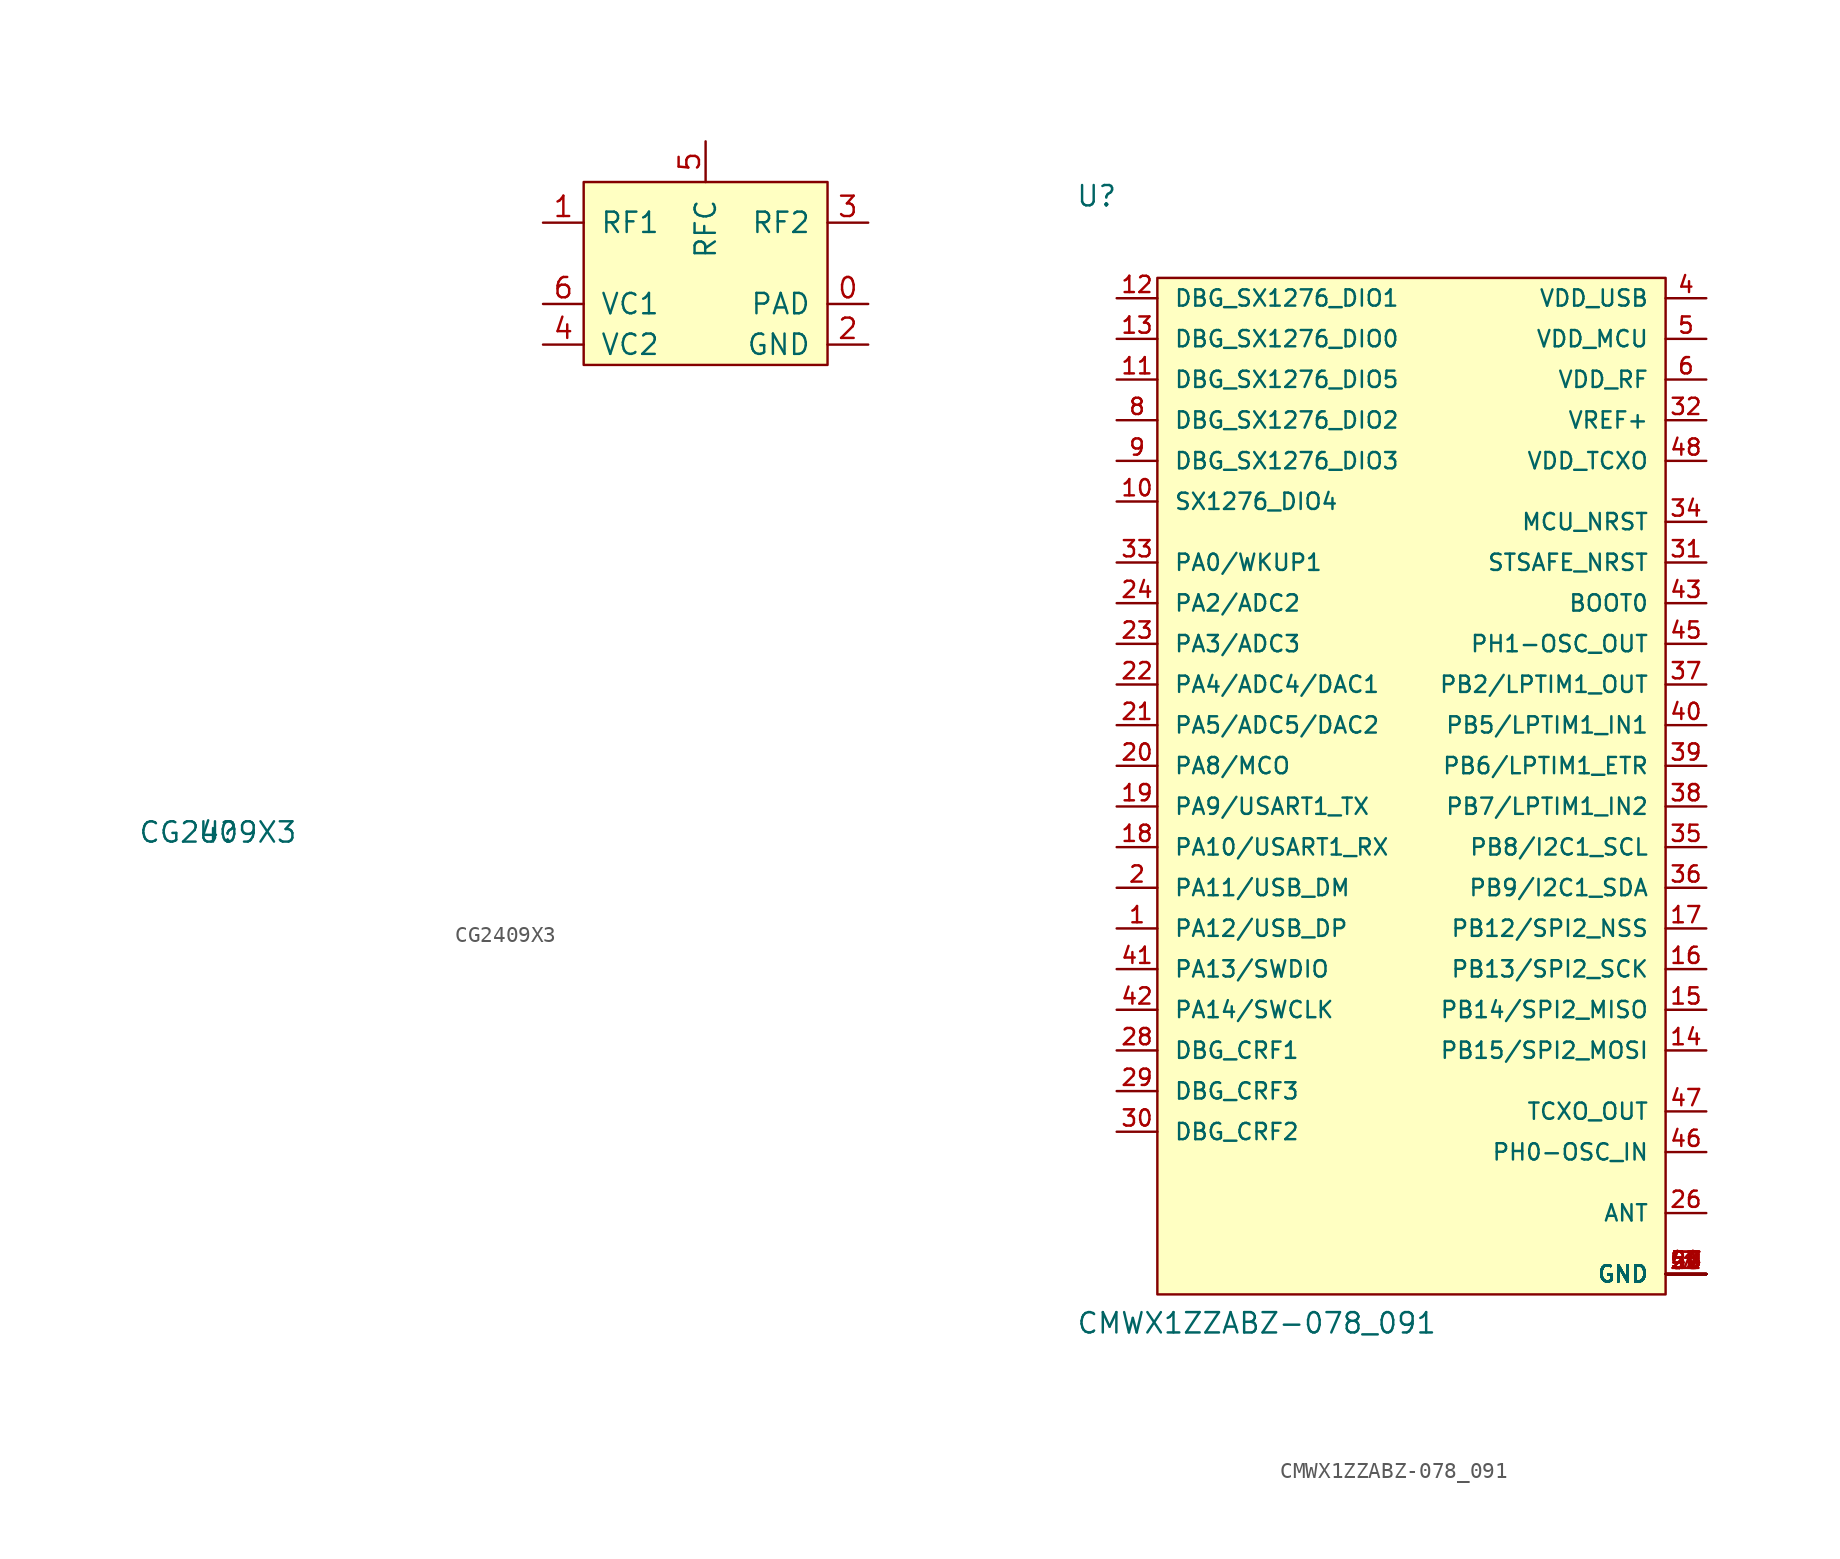
<source format=kicad_sym>
(kicad_symbol_lib
  (version 20211014)
  (generator kicad_symbol_editor)
  (symbol "CG2409X3"
    (pin_names
      (offset 1.016))
    (property "Reference" "U"
      (at -22.86 -29.21 0)
      (effects (font (size 1.27 1.27))))
    (property "Value" "CG2409X3"
      (at -22.86 -29.21 0)
      (effects (font (size 1.27 1.27))))
    (symbol "CG2409X3_0_1"
      (rectangle (start 0 0) (end 15.24 11.43) (stroke (width 0) (type default) (color 0 0 0 0)) (fill (type background))))
    (symbol "CG2409X3_1_1"
      (pin input line (at 17.78 3.81 180) (length 2.54) (name "PAD" (effects (font (size 1.27 1.27)))) (number "0" (effects (font (size 1.27 1.27)))))
      (pin input line (at -2.54 8.89 0) (length 2.54) (name "RF1" (effects (font (size 1.27 1.27)))) (number "1" (effects (font (size 1.27 1.27)))))
      (pin input line (at 17.78 1.27 180) (length 2.54) (name "GND" (effects (font (size 1.27 1.27)))) (number "2" (effects (font (size 1.27 1.27)))))
      (pin input line (at 17.78 8.89 180) (length 2.54) (name "RF2" (effects (font (size 1.27 1.27)))) (number "3" (effects (font (size 1.27 1.27)))))
      (pin input line (at -2.54 1.27 0) (length 2.54) (name "VC2" (effects (font (size 1.27 1.27)))) (number "4" (effects (font (size 1.27 1.27)))))
      (pin input line (at 7.62 13.97 270) (length 2.54) (name "RFC" (effects (font (size 1.27 1.27)))) (number "5" (effects (font (size 1.27 1.27)))))
      (pin input line (at -2.54 3.81 0) (length 2.54) (name "VC1" (effects (font (size 1.27 1.27)))) (number "6" (effects (font (size 1.27 1.27)))))))
  (symbol "CMWX1ZZABZ-078_091"
    (pin_names
      (offset 1.016))
    (property "Reference" "U"
      (at -25.425 41.199 0)
      (effects (font (size 1.27 1.27)) (justify left bottom)))
    (property "Value" "CMWX1ZZABZ-078_091"
      (at -25.4 -29.21 0)
      (effects (font (size 1.27 1.27)) (justify left bottom)))
    (symbol "CMWX1ZZABZ-078_091_0_0"
      (pin bidirectional line (at -22.86 -3.81 0) (length 2.54) (name "PA12/USB_DP" (effects (font (size 1.016 1.016)))) (number "1" (effects (font (size 1.016 1.016)))))
      (pin bidirectional line (at -22.86 22.86 0) (length 2.54) (name "SX1276_DIO4" (effects (font (size 1.016 1.016)))) (number "10" (effects (font (size 1.016 1.016)))))
      (pin bidirectional line (at -22.86 30.48 0) (length 2.54) (name "DBG_SX1276_DIO5" (effects (font (size 1.016 1.016)))) (number "11" (effects (font (size 1.016 1.016)))))
      (pin bidirectional line (at -22.86 35.56 0) (length 2.54) (name "DBG_SX1276_DIO1" (effects (font (size 1.016 1.016)))) (number "12" (effects (font (size 1.016 1.016)))))
      (pin bidirectional line (at -22.86 33.02 0) (length 2.54) (name "DBG_SX1276_DIO0" (effects (font (size 1.016 1.016)))) (number "13" (effects (font (size 1.016 1.016)))))
      (pin bidirectional line (at 13.97 -11.43 180) (length 2.54) (name "PB15/SPI2_MOSI" (effects (font (size 1.016 1.016)))) (number "14" (effects (font (size 1.016 1.016)))))
      (pin bidirectional line (at 13.97 -8.89 180) (length 2.54) (name "PB14/SPI2_MISO" (effects (font (size 1.016 1.016)))) (number "15" (effects (font (size 1.016 1.016)))))
      (pin bidirectional line (at 13.97 -6.35 180) (length 2.54) (name "PB13/SPI2_SCK" (effects (font (size 1.016 1.016)))) (number "16" (effects (font (size 1.016 1.016)))))
      (pin bidirectional line (at 13.97 -3.81 180) (length 2.54) (name "PB12/SPI2_NSS" (effects (font (size 1.016 1.016)))) (number "17" (effects (font (size 1.016 1.016)))))
      (pin bidirectional line (at -22.86 1.27 0) (length 2.54) (name "PA10/USART1_RX" (effects (font (size 1.016 1.016)))) (number "18" (effects (font (size 1.016 1.016)))))
      (pin bidirectional line (at -22.86 3.81 0) (length 2.54) (name "PA9/USART1_TX" (effects (font (size 1.016 1.016)))) (number "19" (effects (font (size 1.016 1.016)))))
      (pin bidirectional line (at -22.86 -1.27 0) (length 2.54) (name "PA11/USB_DM" (effects (font (size 1.016 1.016)))) (number "2" (effects (font (size 1.016 1.016)))))
      (pin bidirectional line (at -22.86 6.35 0) (length 2.54) (name "PA8/MCO" (effects (font (size 1.016 1.016)))) (number "20" (effects (font (size 1.016 1.016)))))
      (pin bidirectional line (at -22.86 8.89 0) (length 2.54) (name "PA5/ADC5/DAC2" (effects (font (size 1.016 1.016)))) (number "21" (effects (font (size 1.016 1.016)))))
      (pin bidirectional line (at -22.86 11.43 0) (length 2.54) (name "PA4/ADC4/DAC1" (effects (font (size 1.016 1.016)))) (number "22" (effects (font (size 1.016 1.016)))))
      (pin bidirectional line (at -22.86 13.97 0) (length 2.54) (name "PA3/ADC3" (effects (font (size 1.016 1.016)))) (number "23" (effects (font (size 1.016 1.016)))))
      (pin bidirectional line (at -22.86 16.51 0) (length 2.54) (name "PA2/ADC2" (effects (font (size 1.016 1.016)))) (number "24" (effects (font (size 1.016 1.016)))))
      (pin power_in line (at 13.97 -25.4 180) (length 2.54) (name "GND" (effects (font (size 1.016 1.016)))) (number "25" (effects (font (size 1.016 1.016)))))
      (pin bidirectional line (at 13.97 -21.59 180) (length 2.54) (name "ANT" (effects (font (size 1.016 1.016)))) (number "26" (effects (font (size 1.016 1.016)))))
      (pin power_in line (at 13.97 -25.4 180) (length 2.54) (name "GND" (effects (font (size 1.016 1.016)))) (number "27" (effects (font (size 1.016 1.016)))))
      (pin bidirectional line (at -22.86 -11.43 0) (length 2.54) (name "DBG_CRF1" (effects (font (size 1.016 1.016)))) (number "28" (effects (font (size 1.016 1.016)))))
      (pin bidirectional line (at -22.86 -13.97 0) (length 2.54) (name "DBG_CRF3" (effects (font (size 1.016 1.016)))) (number "29" (effects (font (size 1.016 1.016)))))
      (pin power_in line (at 13.97 -25.4 180) (length 2.54) (name "GND" (effects (font (size 1.016 1.016)))) (number "3" (effects (font (size 1.016 1.016)))))
      (pin bidirectional line (at -22.86 -16.51 0) (length 2.54) (name "DBG_CRF2" (effects (font (size 1.016 1.016)))) (number "30" (effects (font (size 1.016 1.016)))))
      (pin input line (at 13.97 19.05 180) (length 2.54) (name "STSAFE_NRST" (effects (font (size 1.016 1.016)))) (number "31" (effects (font (size 1.016 1.016)))))
      (pin power_in line (at 13.97 27.94 180) (length 2.54) (name "VREF+" (effects (font (size 1.016 1.016)))) (number "32" (effects (font (size 1.016 1.016)))))
      (pin bidirectional line (at -22.86 19.05 0) (length 2.54) (name "PA0/WKUP1" (effects (font (size 1.016 1.016)))) (number "33" (effects (font (size 1.016 1.016)))))
      (pin input line (at 13.97 21.59 180) (length 2.54) (name "MCU_NRST" (effects (font (size 1.016 1.016)))) (number "34" (effects (font (size 1.016 1.016)))))
      (pin bidirectional line (at 13.97 1.27 180) (length 2.54) (name "PB8/I2C1_SCL" (effects (font (size 1.016 1.016)))) (number "35" (effects (font (size 1.016 1.016)))))
      (pin bidirectional line (at 13.97 -1.27 180) (length 2.54) (name "PB9/I2C1_SDA" (effects (font (size 1.016 1.016)))) (number "36" (effects (font (size 1.016 1.016)))))
      (pin bidirectional line (at 13.97 11.43 180) (length 2.54) (name "PB2/LPTIM1_OUT" (effects (font (size 1.016 1.016)))) (number "37" (effects (font (size 1.016 1.016)))))
      (pin bidirectional line (at 13.97 3.81 180) (length 2.54) (name "PB7/LPTIM1_IN2" (effects (font (size 1.016 1.016)))) (number "38" (effects (font (size 1.016 1.016)))))
      (pin bidirectional line (at 13.97 6.35 180) (length 2.54) (name "PB6/LPTIM1_ETR" (effects (font (size 1.016 1.016)))) (number "39" (effects (font (size 1.016 1.016)))))
      (pin power_in line (at 13.97 35.56 180) (length 2.54) (name "VDD_USB" (effects (font (size 1.016 1.016)))) (number "4" (effects (font (size 1.016 1.016)))))
      (pin bidirectional line (at 13.97 8.89 180) (length 2.54) (name "PB5/LPTIM1_IN1" (effects (font (size 1.016 1.016)))) (number "40" (effects (font (size 1.016 1.016)))))
      (pin bidirectional line (at -22.86 -6.35 0) (length 2.54) (name "PA13/SWDIO" (effects (font (size 1.016 1.016)))) (number "41" (effects (font (size 1.016 1.016)))))
      (pin bidirectional line (at -22.86 -8.89 0) (length 2.54) (name "PA14/SWCLK" (effects (font (size 1.016 1.016)))) (number "42" (effects (font (size 1.016 1.016)))))
      (pin input line (at 13.97 16.51 180) (length 2.54) (name "BOOT0" (effects (font (size 1.016 1.016)))) (number "43" (effects (font (size 1.016 1.016)))))
      (pin power_in line (at 13.97 -25.4 180) (length 2.54) (name "GND" (effects (font (size 1.016 1.016)))) (number "44" (effects (font (size 1.016 1.016)))))
      (pin bidirectional line (at 13.97 13.97 180) (length 2.54) (name "PH1-OSC_OUT" (effects (font (size 1.016 1.016)))) (number "45" (effects (font (size 1.016 1.016)))))
      (pin bidirectional line (at 13.97 -17.78 180) (length 2.54) (name "PH0-OSC_IN" (effects (font (size 1.016 1.016)))) (number "46" (effects (font (size 1.016 1.016)))))
      (pin output line (at 13.97 -15.24 180) (length 2.54) (name "TCXO_OUT" (effects (font (size 1.016 1.016)))) (number "47" (effects (font (size 1.016 1.016)))))
      (pin power_in line (at 13.97 25.4 180) (length 2.54) (name "VDD_TCXO" (effects (font (size 1.016 1.016)))) (number "48" (effects (font (size 1.016 1.016)))))
      (pin power_in line (at 13.97 -25.4 180) (length 2.54) (name "GND" (effects (font (size 1.016 1.016)))) (number "49" (effects (font (size 1.016 1.016)))))
      (pin power_in line (at 13.97 33.02 180) (length 2.54) (name "VDD_MCU" (effects (font (size 1.016 1.016)))) (number "5" (effects (font (size 1.016 1.016)))))
      (pin power_in line (at 13.97 -25.4 180) (length 2.54) (name "GND" (effects (font (size 1.016 1.016)))) (number "50" (effects (font (size 1.016 1.016)))))
      (pin power_in line (at 13.97 -25.4 180) (length 2.54) (name "GND" (effects (font (size 1.016 1.016)))) (number "51" (effects (font (size 1.016 1.016)))))
      (pin power_in line (at 13.97 -25.4 180) (length 2.54) (name "GND" (effects (font (size 1.016 1.016)))) (number "52" (effects (font (size 1.016 1.016)))))
      (pin power_in line (at 13.97 -25.4 180) (length 2.54) (name "GND" (effects (font (size 1.016 1.016)))) (number "53" (effects (font (size 1.016 1.016)))))
      (pin power_in line (at 13.97 -25.4 180) (length 2.54) (name "GND" (effects (font (size 1.016 1.016)))) (number "54" (effects (font (size 1.016 1.016)))))
      (pin power_in line (at 13.97 -25.4 180) (length 2.54) (name "GND" (effects (font (size 1.016 1.016)))) (number "55" (effects (font (size 1.016 1.016)))))
      (pin power_in line (at 13.97 -25.4 180) (length 2.54) (name "GND" (effects (font (size 1.016 1.016)))) (number "56" (effects (font (size 1.016 1.016)))))
      (pin power_in line (at 13.97 -25.4 180) (length 2.54) (name "GND" (effects (font (size 1.016 1.016)))) (number "57" (effects (font (size 1.016 1.016)))))
      (pin power_in line (at 13.97 30.48 180) (length 2.54) (name "VDD_RF" (effects (font (size 1.016 1.016)))) (number "6" (effects (font (size 1.016 1.016)))))
      (pin power_in line (at 13.97 -25.4 180) (length 2.54) (name "GND" (effects (font (size 1.016 1.016)))) (number "7" (effects (font (size 1.016 1.016)))))
      (pin bidirectional line (at -22.86 27.94 0) (length 2.54) (name "DBG_SX1276_DIO2" (effects (font (size 1.016 1.016)))) (number "8" (effects (font (size 1.016 1.016)))))
      (pin bidirectional line (at -22.86 25.4 0) (length 2.54) (name "DBG_SX1276_DIO3" (effects (font (size 1.016 1.016)))) (number "9" (effects (font (size 1.016 1.016))))))
    (symbol "CMWX1ZZABZ-078_091_1_1"
      (rectangle (start -20.32 -26.67) (end 11.43 36.83) (stroke (width 0) (type default) (color 0 0 0 0)) (fill (type background))))))
</source>
